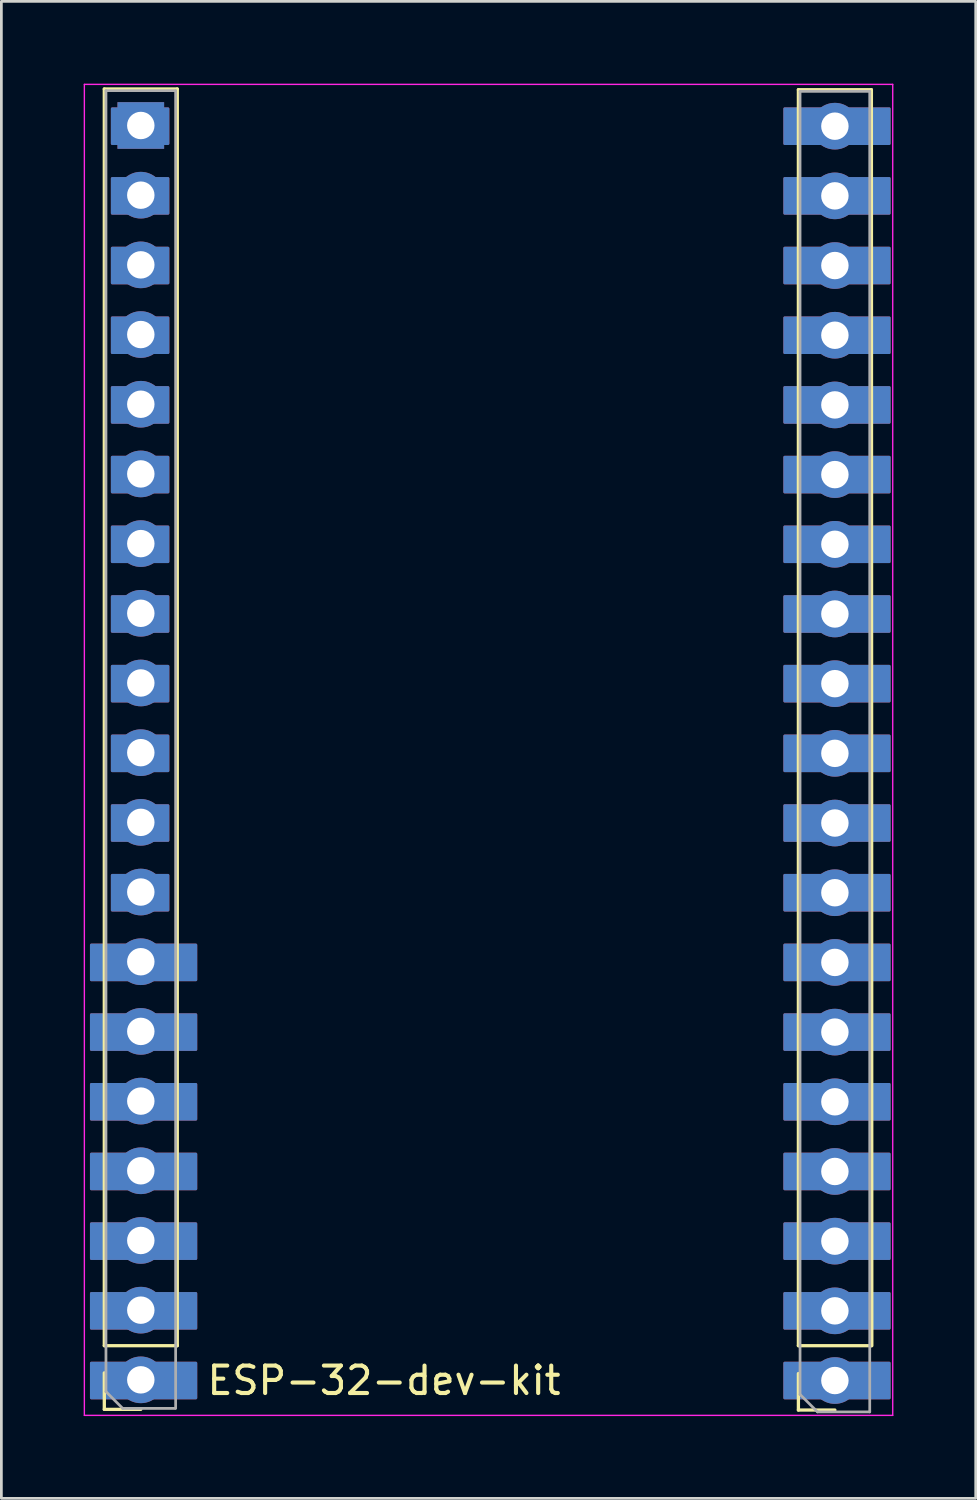
<source format=kicad_pcb>
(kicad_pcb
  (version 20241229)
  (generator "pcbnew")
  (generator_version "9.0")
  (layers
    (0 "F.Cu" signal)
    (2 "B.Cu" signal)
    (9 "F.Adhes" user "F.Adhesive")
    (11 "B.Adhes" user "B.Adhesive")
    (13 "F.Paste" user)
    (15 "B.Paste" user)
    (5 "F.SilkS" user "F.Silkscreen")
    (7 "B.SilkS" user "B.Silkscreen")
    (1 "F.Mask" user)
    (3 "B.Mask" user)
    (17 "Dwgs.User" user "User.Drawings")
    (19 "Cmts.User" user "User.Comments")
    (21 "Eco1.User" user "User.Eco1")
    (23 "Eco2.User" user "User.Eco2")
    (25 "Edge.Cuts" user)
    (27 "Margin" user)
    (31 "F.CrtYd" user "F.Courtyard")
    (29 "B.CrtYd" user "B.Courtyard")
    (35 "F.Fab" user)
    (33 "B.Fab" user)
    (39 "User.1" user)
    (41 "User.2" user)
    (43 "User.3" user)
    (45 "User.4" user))
  (footprint "ESP-32-dev-kit"
    (layer "F.Cu")
    (at 2.057 47.269)
    (property "Reference" "ESP-32-dev-kit" (at 8.89 0 0) (layer "F.SilkS") (effects (font (size 1 1) (thickness 0.15))))
    (attr through_hole)
    (fp_poly (pts (xy 1.016 -45.085) (xy -1.016 -45.085) (xy -1.016 -46.355) (xy 1.016 -46.355)) (stroke (width 0.1) (type solid)) (fill yes) (layer "F.Cu"))
    (fp_poly (pts (xy 1.016 -42.545) (xy -1.016 -42.545) (xy -1.016 -43.815) (xy 1.016 -43.815)) (stroke (width 0.1) (type solid)) (fill yes) (layer "F.Cu"))
    (fp_poly (pts (xy 1.016 -40.005) (xy -1.016 -40.005) (xy -1.016 -41.275) (xy 1.016 -41.275)) (stroke (width 0.1) (type solid)) (fill yes) (layer "F.Cu"))
    (fp_poly (pts (xy 1.016 -37.465) (xy -1.016 -37.465) (xy -1.016 -38.735) (xy 1.016 -38.735)) (stroke (width 0.1) (type solid)) (fill yes) (layer "F.Cu"))
    (fp_poly (pts (xy 1.016 -34.925) (xy -1.016 -34.925) (xy -1.016 -36.195) (xy 1.016 -36.195)) (stroke (width 0.1) (type solid)) (fill yes) (layer "F.Cu"))
    (fp_poly (pts (xy 1.016 -32.385) (xy -1.016 -32.385) (xy -1.016 -33.655) (xy 1.016 -33.655)) (stroke (width 0.1) (type solid)) (fill yes) (layer "F.Cu"))
    (fp_poly (pts (xy 1.016 -29.845) (xy -1.016 -29.845) (xy -1.016 -31.115) (xy 1.016 -31.115)) (stroke (width 0.1) (type solid)) (fill yes) (layer "F.Cu"))
    (fp_poly (pts (xy 1.016 -27.305) (xy -1.016 -27.305) (xy -1.016 -28.575) (xy 1.016 -28.575)) (stroke (width 0.1) (type solid)) (fill yes) (layer "F.Cu"))
    (fp_poly (pts (xy 1.016 -24.765) (xy -1.016 -24.765) (xy -1.016 -26.035) (xy 1.016 -26.035)) (stroke (width 0.1) (type solid)) (fill yes) (layer "F.Cu"))
    (fp_poly (pts (xy 1.016 -22.225) (xy -1.016 -22.225) (xy -1.016 -23.495) (xy 1.016 -23.495)) (stroke (width 0.1) (type solid)) (fill yes) (layer "F.Cu"))
    (fp_poly (pts (xy 1.016 -19.685) (xy -1.016 -19.685) (xy -1.016 -20.955) (xy 1.016 -20.955)) (stroke (width 0.1) (type solid)) (fill yes) (layer "F.Cu"))
    (fp_poly (pts (xy 1.016 -17.145) (xy -1.016 -17.145) (xy -1.016 -18.415) (xy 1.016 -18.415)) (stroke (width 0.1) (type solid)) (fill yes) (layer "F.Cu"))
    (fp_poly (pts (xy 2.032 -14.605) (xy -1.778 -14.605) (xy -1.778 -15.875) (xy 2.032 -15.875)) (stroke (width 0.1) (type solid)) (fill yes) (layer "F.Cu"))
    (fp_poly (pts (xy 2.032 -12.065) (xy -1.778 -12.065) (xy -1.778 -13.335) (xy 2.032 -13.335)) (stroke (width 0.1) (type solid)) (fill yes) (layer "F.Cu"))
    (fp_poly (pts (xy 2.032 -9.525) (xy -1.778 -9.525) (xy -1.778 -10.795) (xy 2.032 -10.795)) (stroke (width 0.1) (type solid)) (fill yes) (layer "F.Cu"))
    (fp_poly (pts (xy 2.032 -6.985) (xy -1.778 -6.985) (xy -1.778 -8.255) (xy 2.032 -8.255)) (stroke (width 0.1) (type solid)) (fill yes) (layer "F.Cu"))
    (fp_poly (pts (xy 2.032 -4.445) (xy -1.778 -4.445) (xy -1.778 -5.715) (xy 2.032 -5.715)) (stroke (width 0.1) (type solid)) (fill yes) (layer "F.Cu"))
    (fp_poly (pts (xy 2.032 -1.905) (xy -1.778 -1.905) (xy -1.778 -3.175) (xy 2.032 -3.175)) (stroke (width 0.1) (type solid)) (fill yes) (layer "F.Cu"))
    (fp_poly (pts (xy 2.032 0.635) (xy -1.778 0.635) (xy -1.778 -0.635) (xy 2.032 -0.635)) (stroke (width 0.1) (type solid)) (fill yes) (layer "F.Cu"))
    (fp_poly (pts (xy 27.305 -45.085) (xy 23.495 -45.085) (xy 23.495 -46.355) (xy 27.305 -46.355)) (stroke (width 0.1) (type solid)) (fill yes) (layer "F.Cu"))
    (fp_poly (pts (xy 27.305 -42.545) (xy 23.495 -42.545) (xy 23.495 -43.815) (xy 27.305 -43.815)) (stroke (width 0.1) (type solid)) (fill yes) (layer "F.Cu"))
    (fp_poly (pts (xy 27.305 -40.005) (xy 23.495 -40.005) (xy 23.495 -41.275) (xy 27.305 -41.275)) (stroke (width 0.1) (type solid)) (fill yes) (layer "F.Cu"))
    (fp_poly (pts (xy 27.305 -37.465) (xy 23.495 -37.465) (xy 23.495 -38.735) (xy 27.305 -38.735)) (stroke (width 0.1) (type solid)) (fill yes) (layer "F.Cu"))
    (fp_poly (pts (xy 27.305 -34.925) (xy 23.495 -34.925) (xy 23.495 -36.195) (xy 27.305 -36.195)) (stroke (width 0.1) (type solid)) (fill yes) (layer "F.Cu"))
    (fp_poly (pts (xy 27.305 -32.385) (xy 23.495 -32.385) (xy 23.495 -33.655) (xy 27.305 -33.655)) (stroke (width 0.1) (type solid)) (fill yes) (layer "F.Cu"))
    (fp_poly (pts (xy 27.305 -29.845) (xy 23.495 -29.845) (xy 23.495 -31.115) (xy 27.305 -31.115)) (stroke (width 0.1) (type solid)) (fill yes) (layer "F.Cu"))
    (fp_poly (pts (xy 27.305 -27.305) (xy 23.495 -27.305) (xy 23.495 -28.575) (xy 27.305 -28.575)) (stroke (width 0.1) (type solid)) (fill yes) (layer "F.Cu"))
    (fp_poly (pts (xy 27.305 -24.765) (xy 23.495 -24.765) (xy 23.495 -26.035) (xy 27.305 -26.035)) (stroke (width 0.1) (type solid)) (fill yes) (layer "F.Cu"))
    (fp_poly (pts (xy 27.305 -22.225) (xy 23.495 -22.225) (xy 23.495 -23.495) (xy 27.305 -23.495)) (stroke (width 0.1) (type solid)) (fill yes) (layer "F.Cu"))
    (fp_poly (pts (xy 27.305 -19.685) (xy 23.495 -19.685) (xy 23.495 -20.955) (xy 27.305 -20.955)) (stroke (width 0.1) (type solid)) (fill yes) (layer "F.Cu"))
    (fp_poly (pts (xy 27.305 -17.145) (xy 23.495 -17.145) (xy 23.495 -18.415) (xy 27.305 -18.415)) (stroke (width 0.1) (type solid)) (fill yes) (layer "F.Cu"))
    (fp_poly (pts (xy 27.305 -14.605) (xy 23.495 -14.605) (xy 23.495 -15.875) (xy 27.305 -15.875)) (stroke (width 0.1) (type solid)) (fill yes) (layer "F.Cu"))
    (fp_poly (pts (xy 27.305 -12.065) (xy 23.495 -12.065) (xy 23.495 -13.335) (xy 27.305 -13.335)) (stroke (width 0.1) (type solid)) (fill yes) (layer "F.Cu"))
    (fp_poly (pts (xy 27.305 -9.525) (xy 23.495 -9.525) (xy 23.495 -10.795) (xy 27.305 -10.795)) (stroke (width 0.1) (type solid)) (fill yes) (layer "F.Cu"))
    (fp_poly (pts (xy 27.305 -6.985) (xy 23.495 -6.985) (xy 23.495 -8.255) (xy 27.305 -8.255)) (stroke (width 0.1) (type solid)) (fill yes) (layer "F.Cu"))
    (fp_poly (pts (xy 27.305 -4.445) (xy 23.495 -4.445) (xy 23.495 -5.715) (xy 27.305 -5.715)) (stroke (width 0.1) (type solid)) (fill yes) (layer "F.Cu"))
    (fp_poly (pts (xy 27.305 -1.905) (xy 23.495 -1.905) (xy 23.495 -3.175) (xy 27.305 -3.175)) (stroke (width 0.1) (type solid)) (fill yes) (layer "F.Cu"))
    (fp_poly (pts (xy 27.305 0.635) (xy 23.495 0.635) (xy 23.495 -0.635) (xy 27.305 -0.635)) (stroke (width 0.1) (type solid)) (fill yes) (layer "F.Cu"))
    (fp_poly (pts (xy 1.016 -45.085) (xy -1.016 -45.085) (xy -1.016 -46.355) (xy 1.016 -46.355)) (stroke (width 0.1) (type solid)) (fill yes) (layer "B.Cu"))
    (fp_poly (pts (xy 1.016 -42.545) (xy -1.016 -42.545) (xy -1.016 -43.815) (xy 1.016 -43.815)) (stroke (width 0.1) (type solid)) (fill yes) (layer "B.Cu"))
    (fp_poly (pts (xy 1.016 -40.005) (xy -1.016 -40.005) (xy -1.016 -41.275) (xy 1.016 -41.275)) (stroke (width 0.1) (type solid)) (fill yes) (layer "B.Cu"))
    (fp_poly (pts (xy 1.016 -37.465) (xy -1.016 -37.465) (xy -1.016 -38.735) (xy 1.016 -38.735)) (stroke (width 0.1) (type solid)) (fill yes) (layer "B.Cu"))
    (fp_poly (pts (xy 1.016 -34.925) (xy -1.016 -34.925) (xy -1.016 -36.195) (xy 1.016 -36.195)) (stroke (width 0.1) (type solid)) (fill yes) (layer "B.Cu"))
    (fp_poly (pts (xy 1.016 -32.385) (xy -1.016 -32.385) (xy -1.016 -33.655) (xy 1.016 -33.655)) (stroke (width 0.1) (type solid)) (fill yes) (layer "B.Cu"))
    (fp_poly (pts (xy 1.016 -29.845) (xy -1.016 -29.845) (xy -1.016 -31.115) (xy 1.016 -31.115)) (stroke (width 0.1) (type solid)) (fill yes) (layer "B.Cu"))
    (fp_poly (pts (xy 1.016 -27.305) (xy -1.016 -27.305) (xy -1.016 -28.575) (xy 1.016 -28.575)) (stroke (width 0.1) (type solid)) (fill yes) (layer "B.Cu"))
    (fp_poly (pts (xy 1.016 -24.765) (xy -1.016 -24.765) (xy -1.016 -26.035) (xy 1.016 -26.035)) (stroke (width 0.1) (type solid)) (fill yes) (layer "B.Cu"))
    (fp_poly (pts (xy 1.016 -22.225) (xy -1.016 -22.225) (xy -1.016 -23.495) (xy 1.016 -23.495)) (stroke (width 0.1) (type solid)) (fill yes) (layer "B.Cu"))
    (fp_poly (pts (xy 1.016 -19.685) (xy -1.016 -19.685) (xy -1.016 -20.955) (xy 1.016 -20.955)) (stroke (width 0.1) (type solid)) (fill yes) (layer "B.Cu"))
    (fp_poly (pts (xy 1.016 -17.145) (xy -1.016 -17.145) (xy -1.016 -18.415) (xy 1.016 -18.415)) (stroke (width 0.1) (type solid)) (fill yes) (layer "B.Cu"))
    (fp_poly (pts (xy 2.032 -14.605) (xy -1.778 -14.605) (xy -1.778 -15.875) (xy 2.032 -15.875)) (stroke (width 0.1) (type solid)) (fill yes) (layer "B.Cu"))
    (fp_poly (pts (xy 2.032 -12.065) (xy -1.778 -12.065) (xy -1.778 -13.335) (xy 2.032 -13.335)) (stroke (width 0.1) (type solid)) (fill yes) (layer "B.Cu"))
    (fp_poly (pts (xy 2.032 -9.525) (xy -1.778 -9.525) (xy -1.778 -10.795) (xy 2.032 -10.795)) (stroke (width 0.1) (type solid)) (fill yes) (layer "B.Cu"))
    (fp_poly (pts (xy 2.032 -6.985) (xy -1.778 -6.985) (xy -1.778 -8.255) (xy 2.032 -8.255)) (stroke (width 0.1) (type solid)) (fill yes) (layer "B.Cu"))
    (fp_poly (pts (xy 2.032 -4.445) (xy -1.778 -4.445) (xy -1.778 -5.715) (xy 2.032 -5.715)) (stroke (width 0.1) (type solid)) (fill yes) (layer "B.Cu"))
    (fp_poly (pts (xy 2.032 -1.905) (xy -1.778 -1.905) (xy -1.778 -3.175) (xy 2.032 -3.175)) (stroke (width 0.1) (type solid)) (fill yes) (layer "B.Cu"))
    (fp_poly (pts (xy 2.032 0.635) (xy -1.778 0.635) (xy -1.778 -0.635) (xy 2.032 -0.635)) (stroke (width 0.1) (type solid)) (fill yes) (layer "B.Cu"))
    (fp_poly (pts (xy 27.305 -45.085) (xy 23.495 -45.085) (xy 23.495 -46.355) (xy 27.305 -46.355)) (stroke (width 0.1) (type solid)) (fill yes) (layer "B.Cu"))
    (fp_poly (pts (xy 27.305 -42.545) (xy 23.495 -42.545) (xy 23.495 -43.815) (xy 27.305 -43.815)) (stroke (width 0.1) (type solid)) (fill yes) (layer "B.Cu"))
    (fp_poly (pts (xy 27.305 -40.005) (xy 23.495 -40.005) (xy 23.495 -41.275) (xy 27.305 -41.275)) (stroke (width 0.1) (type solid)) (fill yes) (layer "B.Cu"))
    (fp_poly (pts (xy 27.305 -37.465) (xy 23.495 -37.465) (xy 23.495 -38.735) (xy 27.305 -38.735)) (stroke (width 0.1) (type solid)) (fill yes) (layer "B.Cu"))
    (fp_poly (pts (xy 27.305 -34.925) (xy 23.495 -34.925) (xy 23.495 -36.195) (xy 27.305 -36.195)) (stroke (width 0.1) (type solid)) (fill yes) (layer "B.Cu"))
    (fp_poly (pts (xy 27.305 -32.385) (xy 23.495 -32.385) (xy 23.495 -33.655) (xy 27.305 -33.655)) (stroke (width 0.1) (type solid)) (fill yes) (layer "B.Cu"))
    (fp_poly (pts (xy 27.305 -29.845) (xy 23.495 -29.845) (xy 23.495 -31.115) (xy 27.305 -31.115)) (stroke (width 0.1) (type solid)) (fill yes) (layer "B.Cu"))
    (fp_poly (pts (xy 27.305 -27.305) (xy 23.495 -27.305) (xy 23.495 -28.575) (xy 27.305 -28.575)) (stroke (width 0.1) (type solid)) (fill yes) (layer "B.Cu"))
    (fp_poly (pts (xy 27.305 -24.765) (xy 23.495 -24.765) (xy 23.495 -26.035) (xy 27.305 -26.035)) (stroke (width 0.1) (type solid)) (fill yes) (layer "B.Cu"))
    (fp_poly (pts (xy 27.305 -22.225) (xy 23.495 -22.225) (xy 23.495 -23.495) (xy 27.305 -23.495)) (stroke (width 0.1) (type solid)) (fill yes) (layer "B.Cu"))
    (fp_poly (pts (xy 27.305 -19.685) (xy 23.495 -19.685) (xy 23.495 -20.955) (xy 27.305 -20.955)) (stroke (width 0.1) (type solid)) (fill yes) (layer "B.Cu"))
    (fp_poly (pts (xy 27.305 -17.145) (xy 23.495 -17.145) (xy 23.495 -18.415) (xy 27.305 -18.415)) (stroke (width 0.1) (type solid)) (fill yes) (layer "B.Cu"))
    (fp_poly (pts (xy 27.305 -14.605) (xy 23.495 -14.605) (xy 23.495 -15.875) (xy 27.305 -15.875)) (stroke (width 0.1) (type solid)) (fill yes) (layer "B.Cu"))
    (fp_poly (pts (xy 27.305 -12.065) (xy 23.495 -12.065) (xy 23.495 -13.335) (xy 27.305 -13.335)) (stroke (width 0.1) (type solid)) (fill yes) (layer "B.Cu"))
    (fp_poly (pts (xy 27.305 -9.525) (xy 23.495 -9.525) (xy 23.495 -10.795) (xy 27.305 -10.795)) (stroke (width 0.1) (type solid)) (fill yes) (layer "B.Cu"))
    (fp_poly (pts (xy 27.305 -6.985) (xy 23.495 -6.985) (xy 23.495 -8.255) (xy 27.305 -8.255)) (stroke (width 0.1) (type solid)) (fill yes) (layer "B.Cu"))
    (fp_poly (pts (xy 27.305 -4.445) (xy 23.495 -4.445) (xy 23.495 -5.715) (xy 27.305 -5.715)) (stroke (width 0.1) (type solid)) (fill yes) (layer "B.Cu"))
    (fp_poly (pts (xy 27.305 -1.905) (xy 23.495 -1.905) (xy 23.495 -3.175) (xy 27.305 -3.175)) (stroke (width 0.1) (type solid)) (fill yes) (layer "B.Cu"))
    (fp_poly (pts (xy 27.305 0.635) (xy 23.495 0.635) (xy 23.495 -0.635) (xy 27.305 -0.635)) (stroke (width 0.1) (type solid)) (fill yes) (layer "B.Cu"))
    (fp_line (start -1.305 -1.27) (end -1.305 -47.075) (stroke (width 0.12) (type solid)) (layer "F.SilkS"))
    (fp_line (start -1.305 1.051) (end -1.305 -0.279) (stroke (width 0.12) (type solid)) (layer "F.SilkS"))
    (fp_line (start 0.025 1.051) (end -1.305 1.051) (stroke (width 0.12) (type solid)) (layer "F.SilkS"))
    (fp_line (start 1.355 -47.075) (end -1.305 -47.075) (stroke (width 0.12) (type solid)) (layer "F.SilkS"))
    (fp_line (start 1.355 -1.27) (end -1.305 -1.27) (stroke (width 0.12) (type solid)) (layer "F.SilkS"))
    (fp_line (start 1.355 -1.27) (end 1.355 -47.075) (stroke (width 0.12) (type solid)) (layer "F.SilkS"))
    (fp_line (start 23.994 -1.27) (end 23.994 -47.05) (stroke (width 0.12) (type solid)) (layer "F.SilkS"))
    (fp_line (start 23.994 1.076) (end 23.994 -0.254) (stroke (width 0.12) (type solid)) (layer "F.SilkS"))
    (fp_line (start 25.324 1.076) (end 23.994 1.076) (stroke (width 0.12) (type solid)) (layer "F.SilkS"))
    (fp_line (start 26.654 -47.05) (end 23.994 -47.05) (stroke (width 0.12) (type solid)) (layer "F.SilkS"))
    (fp_line (start 26.654 -1.27) (end 23.994 -1.27) (stroke (width 0.12) (type solid)) (layer "F.SilkS"))
    (fp_line (start 26.67 -1.27) (end 26.654 -47.05) (stroke (width 0.12) (type solid)) (layer "F.SilkS"))
    (fp_line (start -2.032 -47.244) (end -2.032 1.27) (stroke (width 0.05) (type solid)) (layer "F.CrtYd"))
    (fp_line (start -2.032 -47.244) (end 27.432 -47.244) (stroke (width 0.05) (type solid)) (layer "F.CrtYd"))
    (fp_line (start 27.432 -47.244) (end 27.432 1.27) (stroke (width 0.05) (type solid)) (layer "F.CrtYd"))
    (fp_line (start 27.432 1.27) (end -2.032 1.27) (stroke (width 0.05) (type solid)) (layer "F.CrtYd"))
    (fp_line (start -1.245 -47.015) (end 1.295 -47.015) (stroke (width 0.1) (type solid)) (layer "F.Fab"))
    (fp_line (start -1.245 0.406) (end -1.245 -47.015) (stroke (width 0.1) (type solid)) (layer "F.Fab"))
    (fp_line (start -0.635 1.016) (end -1.245 0.406) (stroke (width 0.1) (type solid)) (layer "F.Fab"))
    (fp_line (start 1.27 1.016) (end -0.635 1.016) (stroke (width 0.1) (type solid)) (layer "F.Fab"))
    (fp_line (start 1.295 -47.015) (end 1.295 1.016) (stroke (width 0.1) (type solid)) (layer "F.Fab"))
    (fp_line (start 24.054 -46.99) (end 26.594 -46.99) (stroke (width 0.1) (type solid)) (layer "F.Fab"))
    (fp_line (start 24.054 0.508) (end 24.054 -46.99) (stroke (width 0.1) (type solid)) (layer "F.Fab"))
    (fp_line (start 24.689 1.143) (end 24.054 0.508) (stroke (width 0.1) (type solid)) (layer "F.Fab"))
    (fp_line (start 26.594 -46.99) (end 26.594 1.143) (stroke (width 0.1) (type solid)) (layer "F.Fab"))
    (fp_line (start 26.594 1.143) (end 24.689 1.143) (stroke (width 0.1) (type solid)) (layer "F.Fab"))
    (pad "1" thru_hole rect (at 0.025 -45.745 180) (size 1.7 1.7) (drill 1) (layers "*.Cu" "*.Mask"))
    (pad "2" thru_hole oval (at 0.025 -43.205 180) (size 1.7 1.7) (drill 1) (layers "*.Cu" "*.Mask"))
    (pad "3" thru_hole oval (at 0.025 -40.665 180) (size 1.7 1.7) (drill 1) (layers "*.Cu" "*.Mask"))
    (pad "4" thru_hole oval (at 0.025 -38.125 180) (size 1.7 1.7) (drill 1) (layers "*.Cu" "*.Mask"))
    (pad "5" thru_hole oval (at 0.025 -35.585 180) (size 1.7 1.7) (drill 1) (layers "*.Cu" "*.Mask"))
    (pad "6" thru_hole oval (at 0.025 -33.045 180) (size 1.7 1.7) (drill 1) (layers "*.Cu" "*.Mask"))
    (pad "7" thru_hole oval (at 0.025 -30.505 180) (size 1.7 1.7) (drill 1) (layers "*.Cu" "*.Mask"))
    (pad "8" thru_hole oval (at 0.025 -27.965 180) (size 1.7 1.7) (drill 1) (layers "*.Cu" "*.Mask"))
    (pad "9" thru_hole oval (at 0.025 -25.425 180) (size 1.7 1.7) (drill 1) (layers "*.Cu" "*.Mask"))
    (pad "10" thru_hole oval (at 0.025 -22.885 180) (size 1.7 1.7) (drill 1) (layers "*.Cu" "*.Mask"))
    (pad "11" thru_hole oval (at 0.025 -20.345 180) (size 1.7 1.7) (drill 1) (layers "*.Cu" "*.Mask"))
    (pad "12" thru_hole oval (at 0.025 -17.805 180) (size 1.7 1.7) (drill 1) (layers "*.Cu" "*.Mask"))
    (pad "13" thru_hole oval (at 0.025 -15.265 180) (size 1.7 1.7) (drill 1) (layers "*.Cu" "*.Mask"))
    (pad "14" thru_hole oval (at 0.025 -12.725 180) (size 1.7 1.7) (drill 1) (layers "*.Cu" "*.Mask"))
    (pad "15" thru_hole oval (at 0.025 -10.185 180) (size 1.7 1.7) (drill 1) (layers "*.Cu" "*.Mask"))
    (pad "16" thru_hole oval (at 0.025 -7.645 180) (size 1.7 1.7) (drill 1) (layers "*.Cu" "*.Mask"))
    (pad "17" thru_hole oval (at 0.025 -5.105 180) (size 1.7 1.7) (drill 1) (layers "*.Cu" "*.Mask"))
    (pad "18" thru_hole oval (at 0.025 -2.565 180) (size 1.7 1.7) (drill 1) (layers "*.Cu" "*.Mask"))
    (pad "19" thru_hole oval (at 0.025 -0.025 180) (size 1.7 1.7) (drill 1) (layers "*.Cu" "*.Mask"))
    (pad "20" thru_hole oval (at 25.324 0 180) (size 1.7 1.7) (drill 1) (layers "*.Cu" "*.Mask"))
    (pad "21" thru_hole oval (at 25.324 -2.54 180) (size 1.7 1.7) (drill 1) (layers "*.Cu" "*.Mask"))
    (pad "22" thru_hole oval (at 25.324 -5.08 180) (size 1.7 1.7) (drill 1) (layers "*.Cu" "*.Mask"))
    (pad "23" thru_hole oval (at 25.324 -7.62 180) (size 1.7 1.7) (drill 1) (layers "*.Cu" "*.Mask"))
    (pad "24" thru_hole oval (at 25.324 -10.16 180) (size 1.7 1.7) (drill 1) (layers "*.Cu" "*.Mask"))
    (pad "25" thru_hole oval (at 25.324 -12.7 180) (size 1.7 1.7) (drill 1) (layers "*.Cu" "*.Mask"))
    (pad "26" thru_hole oval (at 25.324 -15.24 180) (size 1.7 1.7) (drill 1) (layers "*.Cu" "*.Mask"))
    (pad "27" thru_hole oval (at 25.324 -17.78 180) (size 1.7 1.7) (drill 1) (layers "*.Cu" "*.Mask"))
    (pad "28" thru_hole oval (at 25.324 -20.32 180) (size 1.7 1.7) (drill 1) (layers "*.Cu" "*.Mask"))
    (pad "29" thru_hole oval (at 25.324 -22.86 180) (size 1.7 1.7) (drill 1) (layers "*.Cu" "*.Mask"))
    (pad "30" thru_hole oval (at 25.324 -25.4 180) (size 1.7 1.7) (drill 1) (layers "*.Cu" "*.Mask"))
    (pad "31" thru_hole oval (at 25.324 -27.94 180) (size 1.7 1.7) (drill 1) (layers "*.Cu" "*.Mask"))
    (pad "32" thru_hole oval (at 25.324 -30.48 180) (size 1.7 1.7) (drill 1) (layers "*.Cu" "*.Mask"))
    (pad "33" thru_hole oval (at 25.324 -33.02 180) (size 1.7 1.7) (drill 1) (layers "*.Cu" "*.Mask"))
    (pad "34" thru_hole oval (at 25.324 -35.56 180) (size 1.7 1.7) (drill 1) (layers "*.Cu" "*.Mask"))
    (pad "35" thru_hole oval (at 25.324 -38.1 180) (size 1.7 1.7) (drill 1) (layers "*.Cu" "*.Mask"))
    (pad "36" thru_hole oval (at 25.324 -40.64 180) (size 1.7 1.7) (drill 1) (layers "*.Cu" "*.Mask"))
    (pad "37" thru_hole oval (at 25.324 -43.18 180) (size 1.7 1.7) (drill 1) (layers "*.Cu" "*.Mask"))
    (pad "38" thru_hole oval (at 25.324 -45.72 180) (size 1.7 1.7) (drill 1) (layers "*.Cu" "*.Mask")))
  (gr_rect
    (start -3 -3)
    (end 32.514 51.564)
    (stroke (width 0.1) (type default))
    (fill no)
    (layer "Edge.Cuts")))
</source>
